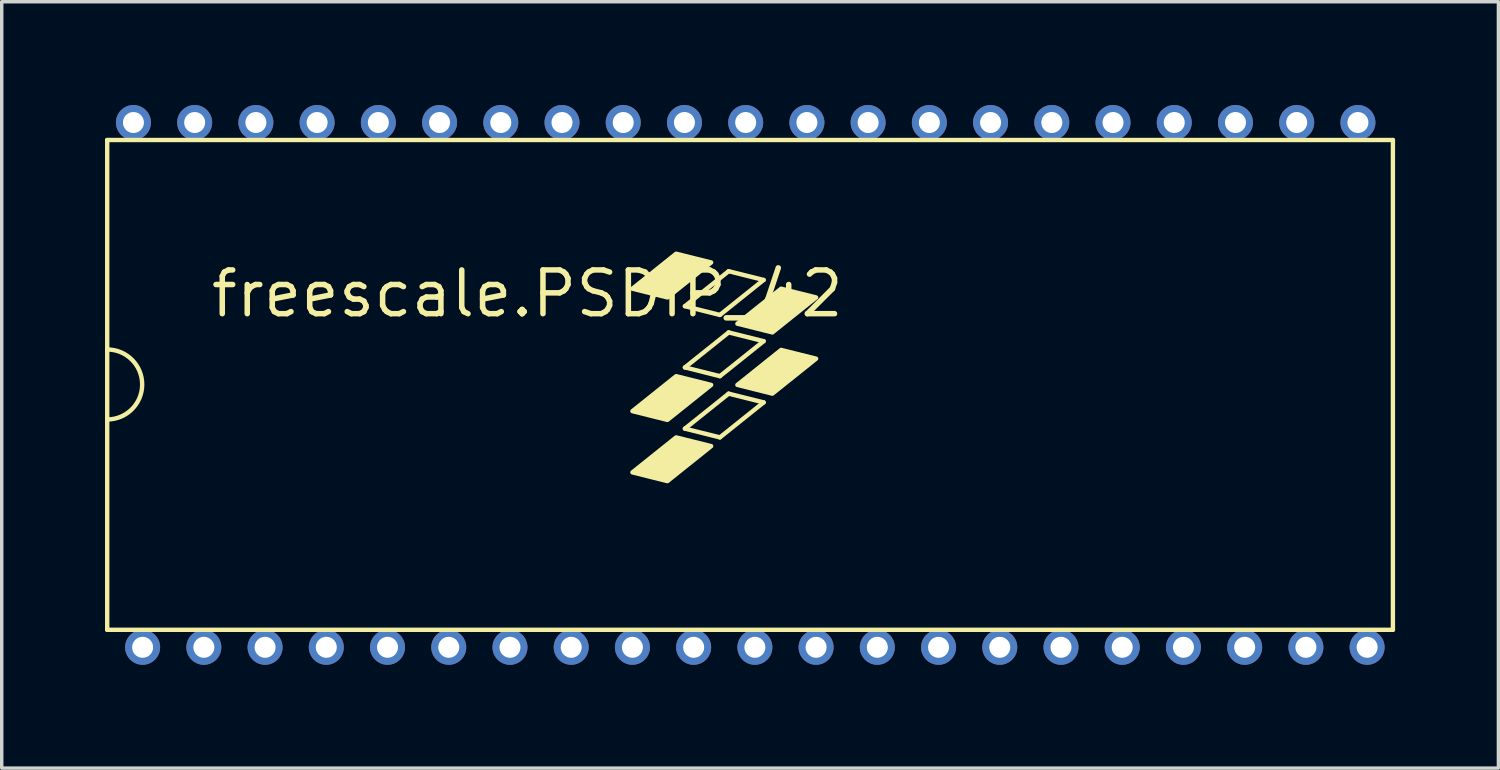
<source format=kicad_pcb>
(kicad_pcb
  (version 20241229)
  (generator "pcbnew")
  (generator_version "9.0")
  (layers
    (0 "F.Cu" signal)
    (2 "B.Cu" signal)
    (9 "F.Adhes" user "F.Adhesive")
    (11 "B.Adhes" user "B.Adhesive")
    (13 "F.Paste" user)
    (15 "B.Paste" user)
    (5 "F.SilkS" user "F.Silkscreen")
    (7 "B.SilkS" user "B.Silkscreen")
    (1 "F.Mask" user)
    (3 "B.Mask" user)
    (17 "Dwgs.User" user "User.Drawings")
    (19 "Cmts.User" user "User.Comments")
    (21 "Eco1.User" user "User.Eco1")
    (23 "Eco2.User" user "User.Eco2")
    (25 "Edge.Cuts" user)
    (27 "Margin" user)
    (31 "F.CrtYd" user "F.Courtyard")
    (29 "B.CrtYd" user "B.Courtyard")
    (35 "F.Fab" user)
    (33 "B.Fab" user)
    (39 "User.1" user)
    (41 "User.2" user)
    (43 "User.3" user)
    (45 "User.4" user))
  (footprint "freescale.PSDIP_42"
    (layer "F.Cu")
    (at 18.872 8.128)
    (property "Reference" "freescale.PSDIP_42" (at -15.875 -1.905 0) (layer "F.SilkS") (effects (font (size 1.27 1.27) (thickness 0.16)) (justify left bottom)))
    (attr through_hole)
    (fp_line (start -18.809 -7.112) (end -18.809 -1.029) (stroke (width 0.127) (type default)) (layer "F.SilkS"))
    (fp_line (start -18.809 -1.029) (end -18.809 1.003) (stroke (width 0.127) (type default)) (layer "F.SilkS"))
    (fp_line (start -18.809 1.003) (end -18.809 7.112) (stroke (width 0.127) (type default)) (layer "F.SilkS"))
    (fp_line (start -18.809 7.112) (end 18.529 7.112) (stroke (width 0.127) (type default)) (layer "F.SilkS"))
    (fp_line (start -2.032 -2.286) (end -0.762 -3.302) (stroke (width 0.127) (type default)) (layer "F.SilkS"))
    (fp_line (start -2.032 1.27) (end -0.762 0.254) (stroke (width 0.127) (type default)) (layer "F.SilkS"))
    (fp_line (start -1.016 -2.032) (end -2.032 -2.286) (stroke (width 0.127) (type default)) (layer "F.SilkS"))
    (fp_line (start -1.016 -0.254) (end -2.032 -0.508) (stroke (width 0.127) (type default)) (layer "F.SilkS"))
    (fp_line (start -1.016 1.524) (end -2.032 1.27) (stroke (width 0.127) (type default)) (layer "F.SilkS"))
    (fp_line (start -0.762 -3.302) (end 0.254 -3.048) (stroke (width 0.127) (type default)) (layer "F.SilkS"))
    (fp_line (start -0.762 -1.524) (end -2.032 -0.508) (stroke (width 0.127) (type default)) (layer "F.SilkS"))
    (fp_line (start -0.762 -1.524) (end 0.254 -1.27) (stroke (width 0.127) (type default)) (layer "F.SilkS"))
    (fp_line (start -0.762 0.254) (end 0.254 0.508) (stroke (width 0.127) (type default)) (layer "F.SilkS"))
    (fp_line (start 0.254 -3.048) (end -1.016 -2.032) (stroke (width 0.127) (type default)) (layer "F.SilkS"))
    (fp_line (start 0.254 -1.27) (end -1.016 -0.254) (stroke (width 0.127) (type default)) (layer "F.SilkS"))
    (fp_line (start 0.254 0.508) (end -1.016 1.524) (stroke (width 0.127) (type default)) (layer "F.SilkS"))
    (fp_line (start 18.529 -7.112) (end -18.809 -7.112) (stroke (width 0.127) (type default)) (layer "F.SilkS"))
    (fp_line (start 18.529 7.112) (end 18.529 -7.112) (stroke (width 0.127) (type default)) (layer "F.SilkS"))
    (fp_arc (start -18.8087 -1.0287) (mid -17.7927 -0.0127) (end -18.8087 1.0033) (stroke (width 0.127) (type default)) (layer "F.SilkS"))
    (fp_poly (pts (xy -2.286 -3.81) (xy -1.27 -3.556) (xy -2.54 -2.54) (xy -3.556 -2.794)) (stroke (width 0.127) (type default)) (fill yes) (layer "F.SilkS"))
    (fp_poly (pts (xy -2.286 -0.254) (xy -1.27 0) (xy -2.54 1.016) (xy -3.556 0.762)) (stroke (width 0.127) (type default)) (fill yes) (layer "F.SilkS"))
    (fp_poly (pts (xy -2.286 1.524) (xy -1.27 1.778) (xy -2.54 2.794) (xy -3.556 2.54)) (stroke (width 0.127) (type default)) (fill yes) (layer "F.SilkS"))
    (fp_poly (pts (xy 0.762 -2.794) (xy 1.778 -2.54) (xy 0.508 -1.524) (xy -0.508 -1.778)) (stroke (width 0.127) (type default)) (fill yes) (layer "F.SilkS"))
    (fp_poly (pts (xy 0.762 -1.016) (xy 1.778 -0.762) (xy 0.508 0.254) (xy -0.508 0)) (stroke (width 0.127) (type default)) (fill yes) (layer "F.SilkS"))
    (pad "1" thru_hole circle (at -17.78 7.62) (size 1.016 1.016) (drill 0.61) (layers "*.Cu" "*.Mask"))
    (pad "2" thru_hole circle (at -16.002 7.62) (size 1.016 1.016) (drill 0.61) (layers "*.Cu" "*.Mask"))
    (pad "3" thru_hole circle (at -14.224 7.62) (size 1.016 1.016) (drill 0.61) (layers "*.Cu" "*.Mask"))
    (pad "4" thru_hole circle (at -12.446 7.62) (size 1.016 1.016) (drill 0.61) (layers "*.Cu" "*.Mask"))
    (pad "5" thru_hole circle (at -10.668 7.62) (size 1.016 1.016) (drill 0.61) (layers "*.Cu" "*.Mask"))
    (pad "6" thru_hole circle (at -8.89 7.62) (size 1.016 1.016) (drill 0.61) (layers "*.Cu" "*.Mask"))
    (pad "7" thru_hole circle (at -7.112 7.62) (size 1.016 1.016) (drill 0.61) (layers "*.Cu" "*.Mask"))
    (pad "8" thru_hole circle (at -5.334 7.62) (size 1.016 1.016) (drill 0.61) (layers "*.Cu" "*.Mask"))
    (pad "9" thru_hole circle (at -3.556 7.62) (size 1.016 1.016) (drill 0.61) (layers "*.Cu" "*.Mask"))
    (pad "10" thru_hole circle (at -1.778 7.62) (size 1.016 1.016) (drill 0.61) (layers "*.Cu" "*.Mask"))
    (pad "11" thru_hole circle (at 0 7.62) (size 1.016 1.016) (drill 0.61) (layers "*.Cu" "*.Mask"))
    (pad "12" thru_hole circle (at 1.778 7.62) (size 1.016 1.016) (drill 0.61) (layers "*.Cu" "*.Mask"))
    (pad "13" thru_hole circle (at 3.556 7.62) (size 1.016 1.016) (drill 0.61) (layers "*.Cu" "*.Mask"))
    (pad "14" thru_hole circle (at 5.334 7.62) (size 1.016 1.016) (drill 0.61) (layers "*.Cu" "*.Mask"))
    (pad "15" thru_hole circle (at 7.112 7.62) (size 1.016 1.016) (drill 0.61) (layers "*.Cu" "*.Mask"))
    (pad "16" thru_hole circle (at 8.89 7.62) (size 1.016 1.016) (drill 0.61) (layers "*.Cu" "*.Mask"))
    (pad "17" thru_hole circle (at 10.668 7.62) (size 1.016 1.016) (drill 0.61) (layers "*.Cu" "*.Mask"))
    (pad "18" thru_hole circle (at 12.446 7.62) (size 1.016 1.016) (drill 0.61) (layers "*.Cu" "*.Mask"))
    (pad "19" thru_hole circle (at 14.224 7.62) (size 1.016 1.016) (drill 0.61) (layers "*.Cu" "*.Mask"))
    (pad "20" thru_hole circle (at 16.002 7.62) (size 1.016 1.016) (drill 0.61) (layers "*.Cu" "*.Mask"))
    (pad "21" thru_hole circle (at 17.78 7.62) (size 1.016 1.016) (drill 0.61) (layers "*.Cu" "*.Mask"))
    (pad "22" thru_hole circle (at 17.513 -7.62) (size 1.016 1.016) (drill 0.61) (layers "*.Cu" "*.Mask"))
    (pad "23" thru_hole circle (at 15.735 -7.62) (size 1.016 1.016) (drill 0.61) (layers "*.Cu" "*.Mask"))
    (pad "24" thru_hole circle (at 13.957 -7.62) (size 1.016 1.016) (drill 0.61) (layers "*.Cu" "*.Mask"))
    (pad "25" thru_hole circle (at 12.179 -7.62) (size 1.016 1.016) (drill 0.61) (layers "*.Cu" "*.Mask"))
    (pad "26" thru_hole circle (at 10.401 -7.62) (size 1.016 1.016) (drill 0.61) (layers "*.Cu" "*.Mask"))
    (pad "27" thru_hole circle (at 8.623 -7.62) (size 1.016 1.016) (drill 0.61) (layers "*.Cu" "*.Mask"))
    (pad "28" thru_hole circle (at 6.845 -7.62) (size 1.016 1.016) (drill 0.61) (layers "*.Cu" "*.Mask"))
    (pad "29" thru_hole circle (at 5.067 -7.62) (size 1.016 1.016) (drill 0.61) (layers "*.Cu" "*.Mask"))
    (pad "30" thru_hole circle (at 3.289 -7.62) (size 1.016 1.016) (drill 0.61) (layers "*.Cu" "*.Mask"))
    (pad "31" thru_hole circle (at 1.511 -7.62) (size 1.016 1.016) (drill 0.61) (layers "*.Cu" "*.Mask"))
    (pad "32" thru_hole circle (at -0.267 -7.62) (size 1.016 1.016) (drill 0.61) (layers "*.Cu" "*.Mask"))
    (pad "33" thru_hole circle (at -2.045 -7.62) (size 1.016 1.016) (drill 0.61) (layers "*.Cu" "*.Mask"))
    (pad "34" thru_hole circle (at -3.823 -7.62) (size 1.016 1.016) (drill 0.61) (layers "*.Cu" "*.Mask"))
    (pad "35" thru_hole circle (at -5.601 -7.62) (size 1.016 1.016) (drill 0.61) (layers "*.Cu" "*.Mask"))
    (pad "36" thru_hole circle (at -7.379 -7.62) (size 1.016 1.016) (drill 0.61) (layers "*.Cu" "*.Mask"))
    (pad "37" thru_hole circle (at -9.157 -7.62) (size 1.016 1.016) (drill 0.61) (layers "*.Cu" "*.Mask"))
    (pad "38" thru_hole circle (at -10.935 -7.62) (size 1.016 1.016) (drill 0.61) (layers "*.Cu" "*.Mask"))
    (pad "39" thru_hole circle (at -12.713 -7.62) (size 1.016 1.016) (drill 0.61) (layers "*.Cu" "*.Mask"))
    (pad "40" thru_hole circle (at -14.491 -7.62) (size 1.016 1.016) (drill 0.61) (layers "*.Cu" "*.Mask"))
    (pad "41" thru_hole circle (at -16.269 -7.62) (size 1.016 1.016) (drill 0.61) (layers "*.Cu" "*.Mask"))
    (pad "42" thru_hole circle (at -18.047 -7.62) (size 1.016 1.016) (drill 0.61) (layers "*.Cu" "*.Mask")))
  (gr_rect
    (start -3 -3)
    (end 40.465 19.256)
    (stroke (width 0.1) (type default))
    (fill no)
    (layer "Edge.Cuts")))
</source>
